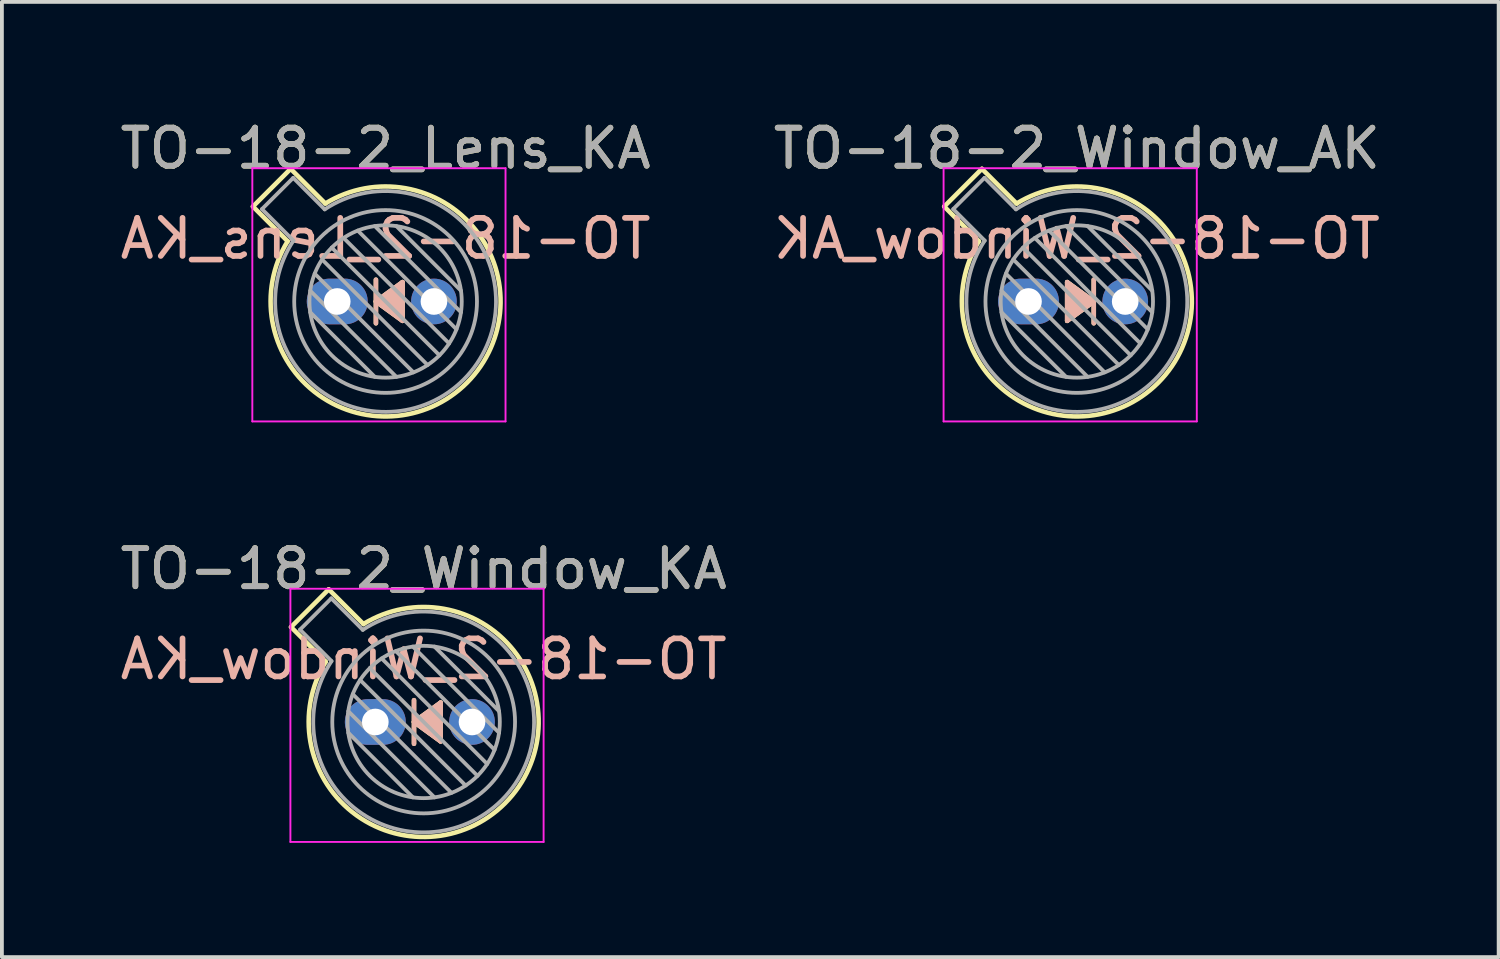
<source format=kicad_pcb>
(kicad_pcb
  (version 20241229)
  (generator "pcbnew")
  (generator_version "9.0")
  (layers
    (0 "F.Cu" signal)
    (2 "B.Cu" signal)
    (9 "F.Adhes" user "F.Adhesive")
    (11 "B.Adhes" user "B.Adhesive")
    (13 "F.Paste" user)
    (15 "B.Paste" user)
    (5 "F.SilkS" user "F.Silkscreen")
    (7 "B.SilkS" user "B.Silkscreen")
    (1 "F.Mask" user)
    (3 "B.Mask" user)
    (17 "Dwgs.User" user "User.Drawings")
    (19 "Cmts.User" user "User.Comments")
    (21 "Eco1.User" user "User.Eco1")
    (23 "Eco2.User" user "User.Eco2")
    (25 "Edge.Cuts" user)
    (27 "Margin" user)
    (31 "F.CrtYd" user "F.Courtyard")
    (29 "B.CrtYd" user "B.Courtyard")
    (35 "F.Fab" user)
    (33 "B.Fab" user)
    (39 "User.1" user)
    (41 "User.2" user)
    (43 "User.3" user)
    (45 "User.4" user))
  (footprint "TO-18-2_Window_AK"
    (layer "F.Cu")
    (at 23.962 4.868)
    (property "Reference" "TO-18-2_Window_AK" (at 1.27 -4.02 0) (layer "F.SilkS") (effects (font (size 1 1) (thickness 0.15))))
    (fp_line (start -2.214 -2.494) (end -1.302 -1.582) (stroke (width 0.12) (type solid)) (layer "F.SilkS"))
    (fp_line (start -1.224 -3.484) (end -2.214 -2.494) (stroke (width 0.12) (type solid)) (layer "F.SilkS"))
    (fp_line (start -0.312 -2.572) (end -1.224 -3.484) (stroke (width 0.12) (type solid)) (layer "F.SilkS"))
    (fp_line (start 1.016 -0.508) (end 1.714 0) (stroke (width 0.12) (type solid)) (layer "F.SilkS"))
    (fp_line (start 1.016 0.508) (end 1.016 -0.508) (stroke (width 0.12) (type solid)) (layer "F.SilkS"))
    (fp_line (start 1.714 -0.572) (end 1.714 0.572) (stroke (width 0.12) (type solid)) (layer "F.SilkS"))
    (fp_line (start 1.714 0) (end 1.016 0.508) (stroke (width 0.12) (type solid)) (layer "F.SilkS"))
    (fp_arc (start -0.312331 -2.572281) (mid 3.405374 2.135551) (end -1.30215 -1.582544) (stroke (width 0.12) (type solid)) (layer "F.SilkS"))
    (fp_poly (pts (xy 1.714 0) (xy 1.016 0.508) (xy 1.016 -0.508)) (stroke (width 0.1) (type solid)) (fill yes) (layer "F.SilkS"))
    (fp_line (start 1.016 -0.508) (end 1.016 0.508) (stroke (width 0.12) (type solid)) (layer "B.SilkS"))
    (fp_line (start 1.016 0.508) (end 1.714 0) (stroke (width 0.12) (type solid)) (layer "B.SilkS"))
    (fp_line (start 1.714 0) (end 1.016 -0.508) (stroke (width 0.12) (type solid)) (layer "B.SilkS"))
    (fp_line (start 1.714 0.572) (end 1.714 -0.572) (stroke (width 0.12) (type solid)) (layer "B.SilkS"))
    (fp_poly (pts (xy 1.714 0) (xy 1.016 -0.508) (xy 1.016 0.508)) (stroke (width 0.1) (type solid)) (fill yes) (layer "B.SilkS"))
    (fp_line (start -2.23 -3.5) (end -2.23 3.15) (stroke (width 0.05) (type solid)) (layer "F.CrtYd"))
    (fp_line (start -2.23 3.15) (end 4.42 3.15) (stroke (width 0.05) (type solid)) (layer "F.CrtYd"))
    (fp_line (start 4.42 -3.5) (end -2.23 -3.5) (stroke (width 0.05) (type solid)) (layer "F.CrtYd"))
    (fp_line (start 4.42 3.15) (end 4.42 -3.5) (stroke (width 0.05) (type solid)) (layer "F.CrtYd"))
    (fp_line (start -1.977 -2.426) (end -1.149 -1.599) (stroke (width 0.1) (type solid)) (layer "F.Fab"))
    (fp_line (start -1.156 -3.247) (end -1.977 -2.426) (stroke (width 0.1) (type solid)) (layer "F.Fab"))
    (fp_line (start -0.71 -0.283) (end 1.553 1.98) (stroke (width 0.1) (type solid)) (layer "F.Fab"))
    (fp_line (start -0.71 0.283) (end 0.987 1.98) (stroke (width 0.1) (type solid)) (layer "F.Fab"))
    (fp_line (start -0.592 -0.731) (end 2.001 1.862) (stroke (width 0.1) (type solid)) (layer "F.Fab"))
    (fp_line (start -0.399 -1.103) (end 2.373 1.669) (stroke (width 0.1) (type solid)) (layer "F.Fab"))
    (fp_line (start -0.329 -2.419) (end -1.156 -3.247) (stroke (width 0.1) (type solid)) (layer "F.Fab"))
    (fp_line (start -0.145 -1.415) (end 2.685 1.415) (stroke (width 0.1) (type solid)) (layer "F.Fab"))
    (fp_line (start 0.167 -1.669) (end 2.939 1.103) (stroke (width 0.1) (type solid)) (layer "F.Fab"))
    (fp_line (start 0.539 -1.862) (end 3.132 0.731) (stroke (width 0.1) (type solid)) (layer "F.Fab"))
    (fp_line (start 0.987 -1.98) (end 3.25 0.283) (stroke (width 0.1) (type solid)) (layer "F.Fab"))
    (fp_line (start 1.553 -1.98) (end 3.25 -0.283) (stroke (width 0.1) (type solid)) (layer "F.Fab"))
    (fp_arc (start -0.329057 -2.419301) (mid 3.321076 2.050143) (end -1.150029 -1.597956) (stroke (width 0.1) (type solid)) (layer "F.Fab"))
    (fp_circle (center 1.27 0) (end 3.27 0) (stroke (width 0.1) (type solid)) (fill no) (layer "F.Fab"))
    (fp_circle (center 1.27 0) (end 3.67 0) (stroke (width 0.1) (type solid)) (fill no) (layer "F.Fab"))
    (fp_text user "${REFERENCE}" (at 1.27 -1.651 0) (layer "B.SilkS") (effects (font (size 1 1) (thickness 0.15)) (justify mirror)))
    (fp_text user "${REFERENCE}" (at 1.27 -4.02 0) (layer "F.Fab") (effects (font (size 1 1) (thickness 0.15))))
    (pad "1" thru_hole oval (at 0 0) (size 1.6 1.2) (drill 0.7) (layers "*.Cu" "*.Mask"))
    (pad "2" thru_hole oval (at 2.54 0) (size 1.2 1.2) (drill 0.7) (layers "*.Cu" "*.Mask")))
  (footprint "TO-18-2_Lens_KA"
    (layer "F.Cu")
    (at 5.807 4.868)
    (property "Reference" "TO-18-2_Lens_KA" (at 1.27 -4.02 0) (layer "F.SilkS") (effects (font (size 1 1) (thickness 0.15))))
    (fp_line (start -2.214 -2.494) (end -1.302 -1.582) (stroke (width 0.12) (type solid)) (layer "F.SilkS"))
    (fp_line (start -1.224 -3.484) (end -2.214 -2.494) (stroke (width 0.12) (type solid)) (layer "F.SilkS"))
    (fp_line (start -0.312 -2.572) (end -1.224 -3.484) (stroke (width 0.12) (type solid)) (layer "F.SilkS"))
    (fp_line (start 1.016 0) (end 1.714 -0.508) (stroke (width 0.12) (type solid)) (layer "F.SilkS"))
    (fp_line (start 1.016 0.572) (end 1.016 -0.572) (stroke (width 0.12) (type solid)) (layer "F.SilkS"))
    (fp_line (start 1.714 -0.508) (end 1.714 0.508) (stroke (width 0.12) (type solid)) (layer "F.SilkS"))
    (fp_line (start 1.714 0.508) (end 1.016 0) (stroke (width 0.12) (type solid)) (layer "F.SilkS"))
    (fp_arc (start -0.312331 -2.572281) (mid 3.405374 2.135551) (end -1.30215 -1.582544) (stroke (width 0.12) (type solid)) (layer "F.SilkS"))
    (fp_poly (pts (xy 1.016 0) (xy 1.714 -0.508) (xy 1.714 0.508)) (stroke (width 0.1) (type solid)) (fill yes) (layer "F.SilkS"))
    (fp_line (start 1.016 -0.572) (end 1.016 0.572) (stroke (width 0.12) (type solid)) (layer "B.SilkS"))
    (fp_line (start 1.016 0) (end 1.714 0.508) (stroke (width 0.12) (type solid)) (layer "B.SilkS"))
    (fp_line (start 1.714 -0.508) (end 1.016 0) (stroke (width 0.12) (type solid)) (layer "B.SilkS"))
    (fp_line (start 1.714 0.508) (end 1.714 -0.508) (stroke (width 0.12) (type solid)) (layer "B.SilkS"))
    (fp_poly (pts (xy 1.016 0) (xy 1.714 0.508) (xy 1.714 -0.508)) (stroke (width 0.1) (type solid)) (fill yes) (layer "B.SilkS"))
    (fp_line (start -2.23 -3.5) (end -2.23 3.15) (stroke (width 0.05) (type solid)) (layer "F.CrtYd"))
    (fp_line (start -2.23 3.15) (end 4.42 3.15) (stroke (width 0.05) (type solid)) (layer "F.CrtYd"))
    (fp_line (start 4.42 -3.5) (end -2.23 -3.5) (stroke (width 0.05) (type solid)) (layer "F.CrtYd"))
    (fp_line (start 4.42 3.15) (end 4.42 -3.5) (stroke (width 0.05) (type solid)) (layer "F.CrtYd"))
    (fp_line (start -1.977 -2.426) (end -1.149 -1.599) (stroke (width 0.1) (type solid)) (layer "F.Fab"))
    (fp_line (start -1.156 -3.247) (end -1.977 -2.426) (stroke (width 0.1) (type solid)) (layer "F.Fab"))
    (fp_line (start -0.71 -0.283) (end 1.553 1.98) (stroke (width 0.1) (type solid)) (layer "F.Fab"))
    (fp_line (start -0.71 0.283) (end 0.987 1.98) (stroke (width 0.1) (type solid)) (layer "F.Fab"))
    (fp_line (start -0.592 -0.731) (end 2.001 1.862) (stroke (width 0.1) (type solid)) (layer "F.Fab"))
    (fp_line (start -0.399 -1.103) (end 2.373 1.669) (stroke (width 0.1) (type solid)) (layer "F.Fab"))
    (fp_line (start -0.329 -2.419) (end -1.156 -3.247) (stroke (width 0.1) (type solid)) (layer "F.Fab"))
    (fp_line (start -0.145 -1.415) (end 2.685 1.415) (stroke (width 0.1) (type solid)) (layer "F.Fab"))
    (fp_line (start 0.167 -1.669) (end 2.939 1.103) (stroke (width 0.1) (type solid)) (layer "F.Fab"))
    (fp_line (start 0.539 -1.862) (end 3.132 0.731) (stroke (width 0.1) (type solid)) (layer "F.Fab"))
    (fp_line (start 0.987 -1.98) (end 3.25 0.283) (stroke (width 0.1) (type solid)) (layer "F.Fab"))
    (fp_line (start 1.553 -1.98) (end 3.25 -0.283) (stroke (width 0.1) (type solid)) (layer "F.Fab"))
    (fp_arc (start -0.329057 -2.419301) (mid 3.321076 2.050143) (end -1.150029 -1.597956) (stroke (width 0.1) (type solid)) (layer "F.Fab"))
    (fp_circle (center 1.27 0) (end 3.27 0) (stroke (width 0.1) (type solid)) (fill no) (layer "F.Fab"))
    (fp_circle (center 1.27 0) (end 3.67 0) (stroke (width 0.1) (type solid)) (fill no) (layer "F.Fab"))
    (fp_text user "${REFERENCE}" (at 1.27 -1.651 0) (layer "B.SilkS") (effects (font (size 1 1) (thickness 0.15)) (justify mirror)))
    (fp_text user "${REFERENCE}" (at 1.27 -4.02 0) (layer "F.Fab") (effects (font (size 1 1) (thickness 0.15))))
    (pad "1" thru_hole oval (at 0 0) (size 1.6 1.2) (drill 0.7) (layers "*.Cu" "*.Mask"))
    (pad "2" thru_hole oval (at 2.54 0) (size 1.2 1.2) (drill 0.7) (layers "*.Cu" "*.Mask")))
  (footprint "TO-18-2_Window_KA"
    (layer "F.Cu")
    (at 6.807 15.912)
    (property "Reference" "TO-18-2_Window_KA" (at 1.27 -4.02 0) (layer "F.SilkS") (effects (font (size 1 1) (thickness 0.15))))
    (fp_line (start -2.214 -2.494) (end -1.302 -1.582) (stroke (width 0.12) (type solid)) (layer "F.SilkS"))
    (fp_line (start -1.224 -3.484) (end -2.214 -2.494) (stroke (width 0.12) (type solid)) (layer "F.SilkS"))
    (fp_line (start -0.312 -2.572) (end -1.224 -3.484) (stroke (width 0.12) (type solid)) (layer "F.SilkS"))
    (fp_line (start 1.016 0) (end 1.714 -0.508) (stroke (width 0.12) (type solid)) (layer "F.SilkS"))
    (fp_line (start 1.016 0.572) (end 1.016 -0.572) (stroke (width 0.12) (type solid)) (layer "F.SilkS"))
    (fp_line (start 1.714 -0.508) (end 1.714 0.508) (stroke (width 0.12) (type solid)) (layer "F.SilkS"))
    (fp_line (start 1.714 0.508) (end 1.016 0) (stroke (width 0.12) (type solid)) (layer "F.SilkS"))
    (fp_arc (start -0.312331 -2.572281) (mid 3.405374 2.135551) (end -1.30215 -1.582544) (stroke (width 0.12) (type solid)) (layer "F.SilkS"))
    (fp_poly (pts (xy 1.016 0) (xy 1.714 -0.508) (xy 1.714 0.508)) (stroke (width 0.1) (type solid)) (fill yes) (layer "F.SilkS"))
    (fp_line (start 1.016 -0.572) (end 1.016 0.572) (stroke (width 0.12) (type solid)) (layer "B.SilkS"))
    (fp_line (start 1.016 0) (end 1.714 0.508) (stroke (width 0.12) (type solid)) (layer "B.SilkS"))
    (fp_line (start 1.714 -0.508) (end 1.016 0) (stroke (width 0.12) (type solid)) (layer "B.SilkS"))
    (fp_line (start 1.714 0.508) (end 1.714 -0.508) (stroke (width 0.12) (type solid)) (layer "B.SilkS"))
    (fp_poly (pts (xy 1.016 0) (xy 1.714 0.508) (xy 1.714 -0.508)) (stroke (width 0.1) (type solid)) (fill yes) (layer "B.SilkS"))
    (fp_line (start -2.23 -3.5) (end -2.23 3.15) (stroke (width 0.05) (type solid)) (layer "F.CrtYd"))
    (fp_line (start -2.23 3.15) (end 4.42 3.15) (stroke (width 0.05) (type solid)) (layer "F.CrtYd"))
    (fp_line (start 4.42 -3.5) (end -2.23 -3.5) (stroke (width 0.05) (type solid)) (layer "F.CrtYd"))
    (fp_line (start 4.42 3.15) (end 4.42 -3.5) (stroke (width 0.05) (type solid)) (layer "F.CrtYd"))
    (fp_line (start -1.977 -2.426) (end -1.149 -1.599) (stroke (width 0.1) (type solid)) (layer "F.Fab"))
    (fp_line (start -1.156 -3.247) (end -1.977 -2.426) (stroke (width 0.1) (type solid)) (layer "F.Fab"))
    (fp_line (start -0.71 -0.283) (end 1.553 1.98) (stroke (width 0.1) (type solid)) (layer "F.Fab"))
    (fp_line (start -0.71 0.283) (end 0.987 1.98) (stroke (width 0.1) (type solid)) (layer "F.Fab"))
    (fp_line (start -0.592 -0.731) (end 2.001 1.862) (stroke (width 0.1) (type solid)) (layer "F.Fab"))
    (fp_line (start -0.399 -1.103) (end 2.373 1.669) (stroke (width 0.1) (type solid)) (layer "F.Fab"))
    (fp_line (start -0.329 -2.419) (end -1.156 -3.247) (stroke (width 0.1) (type solid)) (layer "F.Fab"))
    (fp_line (start -0.145 -1.415) (end 2.685 1.415) (stroke (width 0.1) (type solid)) (layer "F.Fab"))
    (fp_line (start 0.167 -1.669) (end 2.939 1.103) (stroke (width 0.1) (type solid)) (layer "F.Fab"))
    (fp_line (start 0.539 -1.862) (end 3.132 0.731) (stroke (width 0.1) (type solid)) (layer "F.Fab"))
    (fp_line (start 0.987 -1.98) (end 3.25 0.283) (stroke (width 0.1) (type solid)) (layer "F.Fab"))
    (fp_line (start 1.553 -1.98) (end 3.25 -0.283) (stroke (width 0.1) (type solid)) (layer "F.Fab"))
    (fp_arc (start -0.329057 -2.419301) (mid 3.321076 2.050143) (end -1.150029 -1.597956) (stroke (width 0.1) (type solid)) (layer "F.Fab"))
    (fp_circle (center 1.27 0) (end 3.27 0) (stroke (width 0.1) (type solid)) (fill no) (layer "F.Fab"))
    (fp_circle (center 1.27 0) (end 3.67 0) (stroke (width 0.1) (type solid)) (fill no) (layer "F.Fab"))
    (fp_text user "${REFERENCE}" (at 1.27 -1.651 0) (layer "B.SilkS") (effects (font (size 1 1) (thickness 0.15)) (justify mirror)))
    (fp_text user "${REFERENCE}" (at 1.27 -4.02 0) (layer "F.Fab") (effects (font (size 1 1) (thickness 0.15))))
    (pad "1" thru_hole oval (at 0 0) (size 1.6 1.2) (drill 0.7) (layers "*.Cu" "*.Mask"))
    (pad "2" thru_hole oval (at 2.54 0) (size 1.2 1.2) (drill 0.7) (layers "*.Cu" "*.Mask")))
  (gr_rect
    (start -3 -3)
    (end 36.31 22.087)
    (stroke (width 0.1) (type default))
    (fill no)
    (layer "Edge.Cuts")))
</source>
